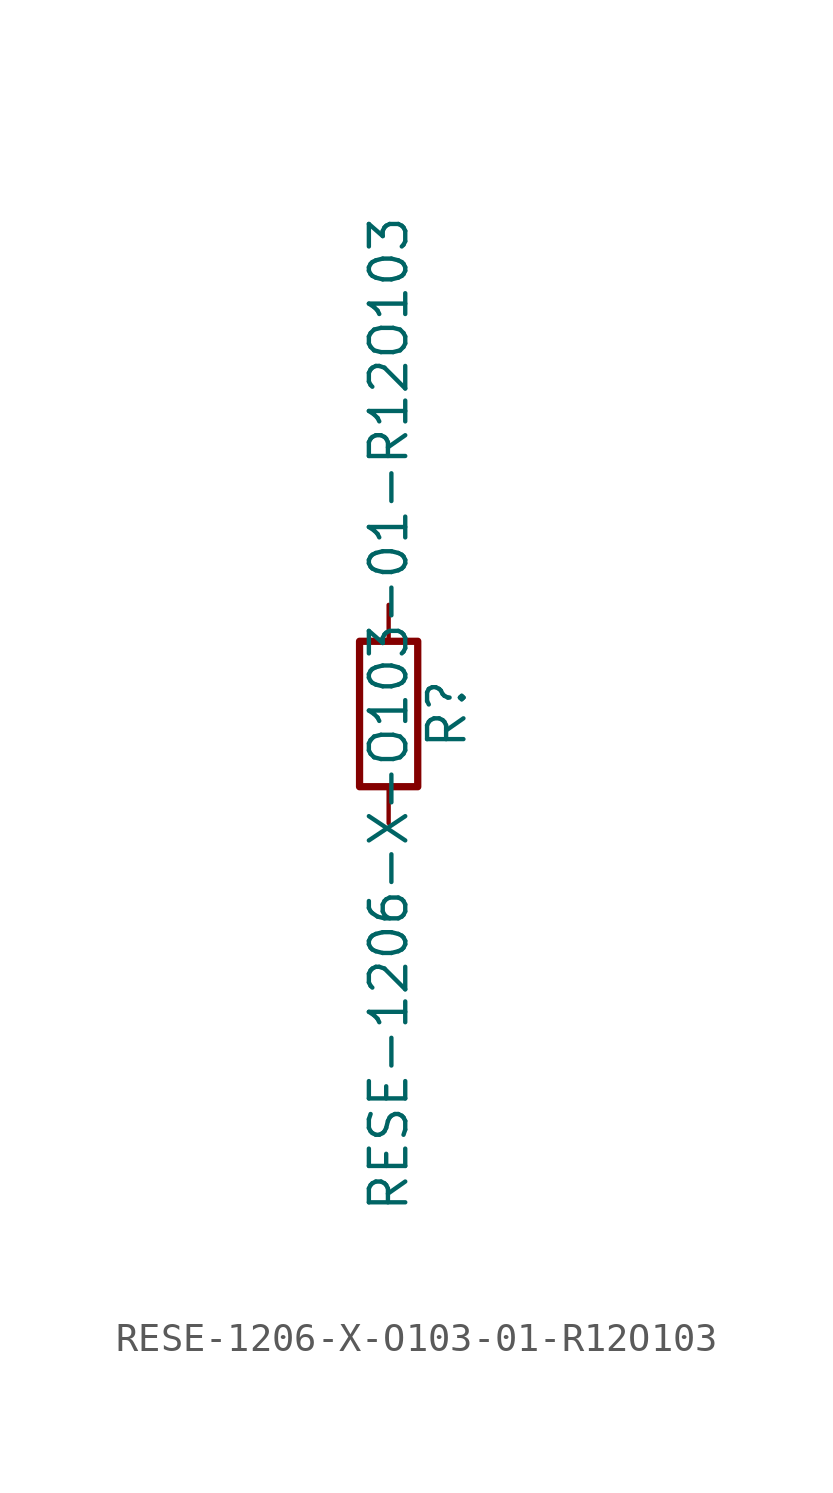
<source format=kicad_sym>
(kicad_symbol_lib
  (version 20211014)
  (generator kicad_symbol_editor)
  (symbol "RESE-1206-X-O103-01-R12O103"
    (pin_numbers hide)
    (pin_names
      (offset 0))
    (property "Reference" "R"
      (at 2.032 0 90)
      (effects (font (size 1.27 1.27))))
    (property "Value" "RESE-1206-X-O103-01-R12O103"
      (at 0 0 90)
      (effects (font (size 1.27 1.27))))
    (symbol "RESE-1206-X-O103-01-R12O103_0_1"
      (rectangle (start -1.016 -2.54) (end 1.016 2.54) (stroke (width 0.254) (type default) (color 0 0 0 0)) (fill (type none))))
    (symbol "RESE-1206-X-O103-01-R12O103_1_1"
      (pin passive line (at 0 3.81 270) (length 1.27) (name "~" (effects (font (size 1.27 1.27)))) (number "1" (effects (font (size 1.27 1.27)))))
      (pin passive line (at 0 -3.81 90) (length 1.27) (name "~" (effects (font (size 1.27 1.27)))) (number "2" (effects (font (size 1.27 1.27))))))))
</source>
